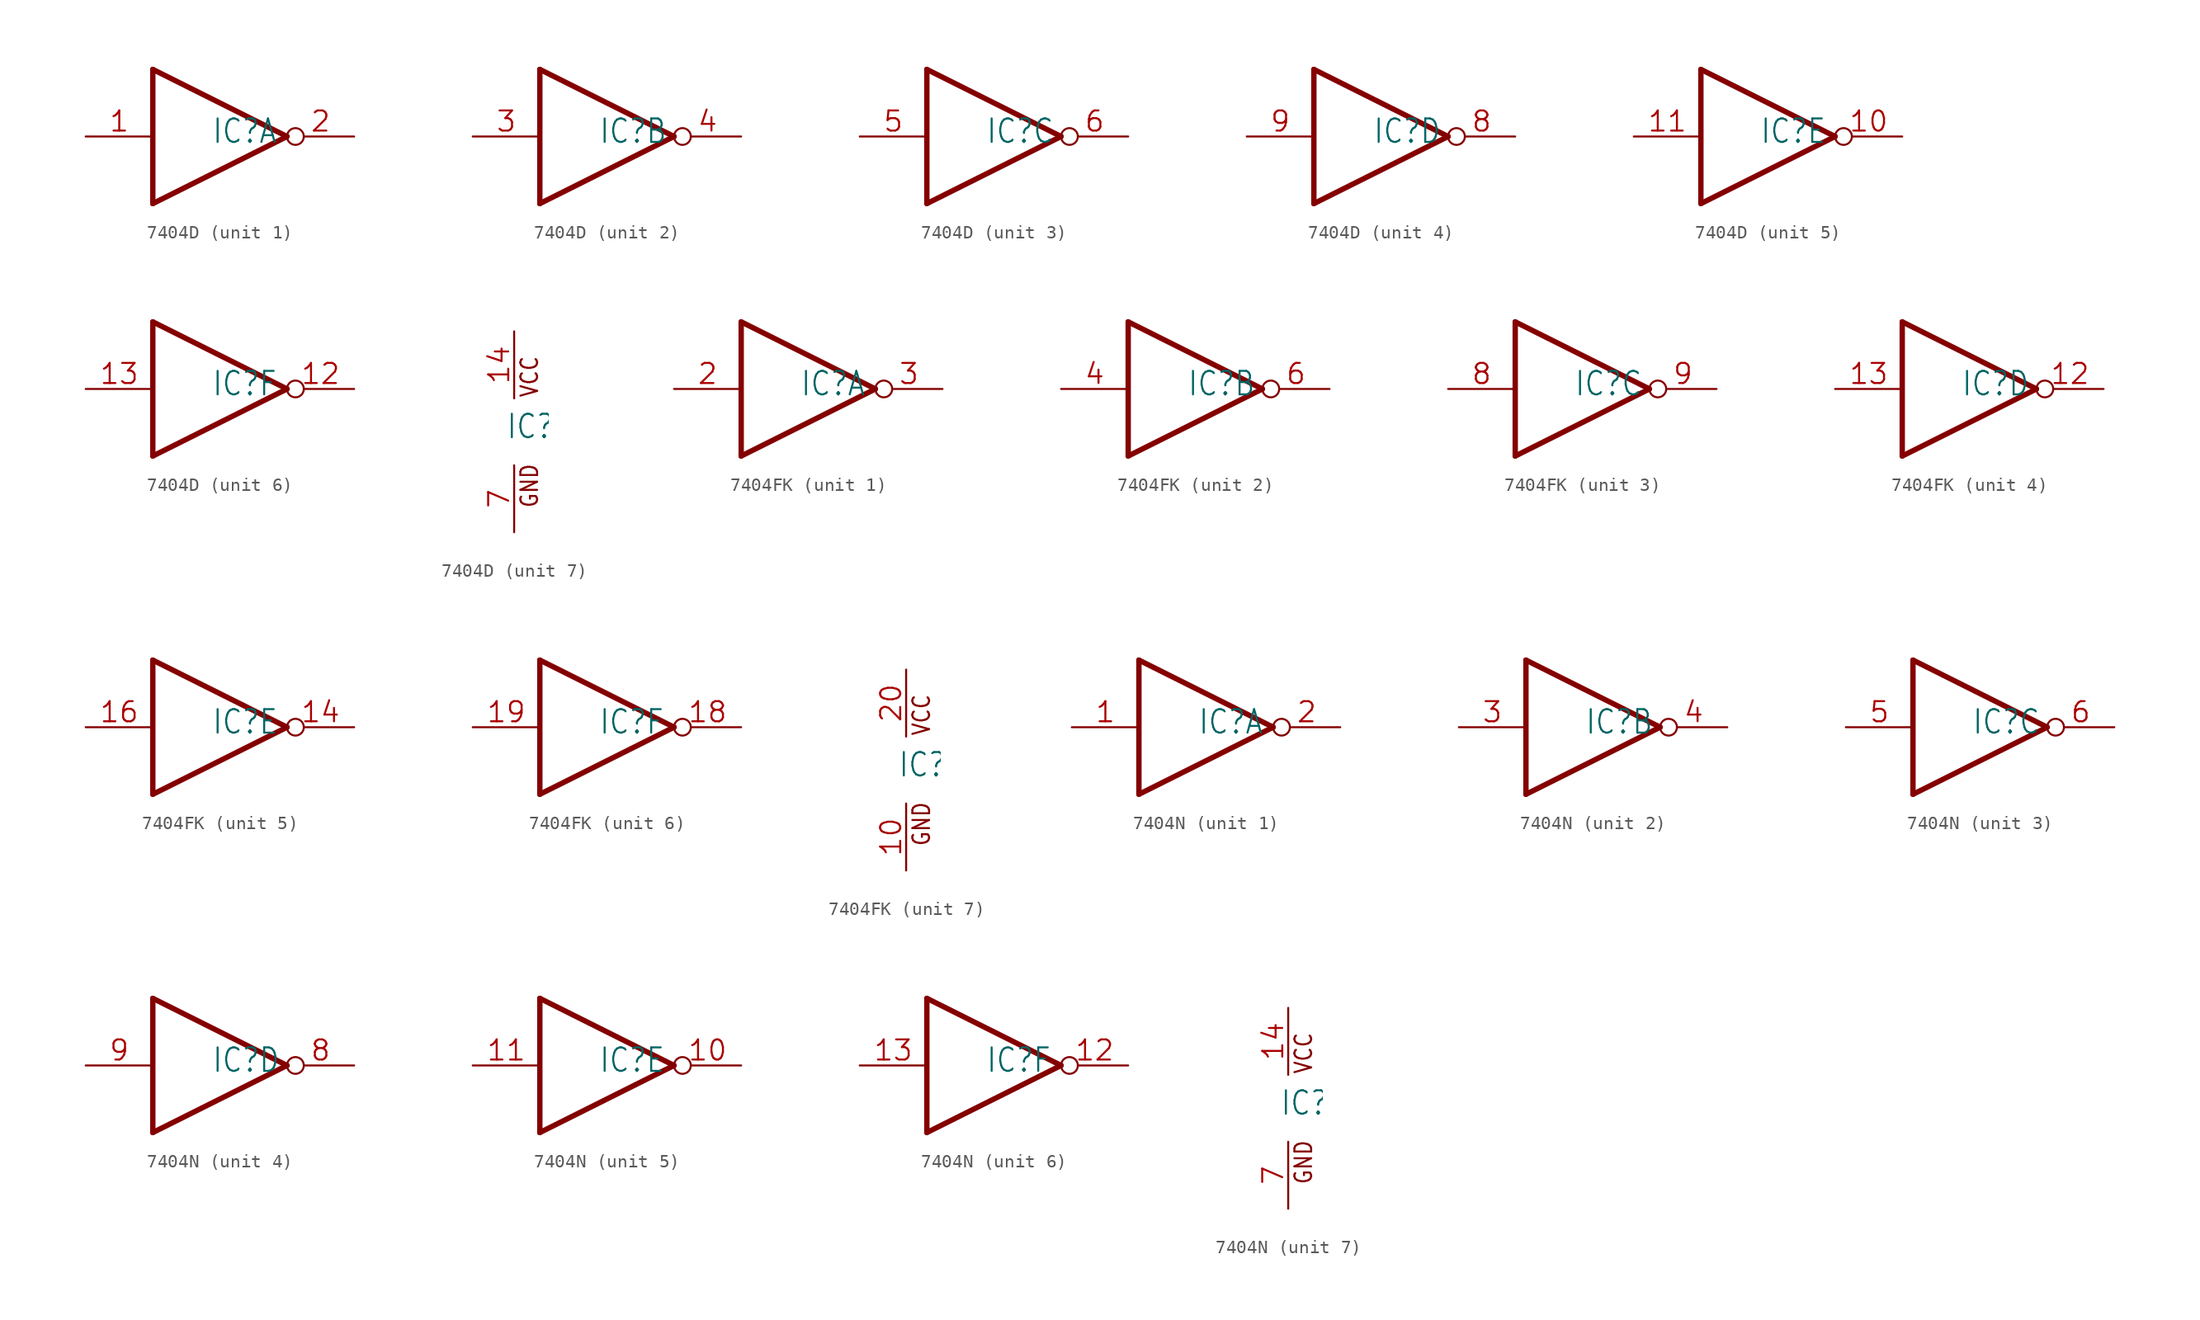
<source format=kicad_sym>
(kicad_symbol_lib
  (version 20241209)
  (generator "kicad_symbol_editor")
  (generator_version "9.0")
  (symbol "7404D"
    (property "Reference" "IC"
      (at -0.635 -0.635 0)
      (effects (font (size 1.778 1.511)) (justify left bottom)))
    (property "ki_locked" ""
      (at 0 0 0)
      (effects (font (size 1.27 1.27))))
    (symbol "7404D_1_0"
      (polyline (pts (xy -5.08 5.08) (xy 5.08 0)) (stroke (width 0.406) (type solid)) (fill (type none)))
      (polyline (pts (xy -5.08 -5.08) (xy -5.08 5.08)) (stroke (width 0.406) (type solid)) (fill (type none)))
      (polyline (pts (xy 5.08 0) (xy -5.08 -5.08)) (stroke (width 0.406) (type solid)) (fill (type none)))
      (pin input line (at -10.16 0 0) (length 5.08) (name "I" (effects (font (size 0 0)))) (number "1" (effects (font (size 1.524 1.524)))))
      (pin output inverted (at 10.16 0 180) (length 5.08) (name "O" (effects (font (size 0 0)))) (number "2" (effects (font (size 1.524 1.524))))))
    (symbol "7404D_2_0"
      (polyline (pts (xy -5.08 5.08) (xy 5.08 0)) (stroke (width 0.406) (type solid)) (fill (type none)))
      (polyline (pts (xy -5.08 -5.08) (xy -5.08 5.08)) (stroke (width 0.406) (type solid)) (fill (type none)))
      (polyline (pts (xy 5.08 0) (xy -5.08 -5.08)) (stroke (width 0.406) (type solid)) (fill (type none)))
      (pin input line (at -10.16 0 0) (length 5.08) (name "I" (effects (font (size 0 0)))) (number "3" (effects (font (size 1.524 1.524)))))
      (pin output inverted (at 10.16 0 180) (length 5.08) (name "O" (effects (font (size 0 0)))) (number "4" (effects (font (size 1.524 1.524))))))
    (symbol "7404D_3_0"
      (polyline (pts (xy -5.08 5.08) (xy 5.08 0)) (stroke (width 0.406) (type solid)) (fill (type none)))
      (polyline (pts (xy -5.08 -5.08) (xy -5.08 5.08)) (stroke (width 0.406) (type solid)) (fill (type none)))
      (polyline (pts (xy 5.08 0) (xy -5.08 -5.08)) (stroke (width 0.406) (type solid)) (fill (type none)))
      (pin input line (at -10.16 0 0) (length 5.08) (name "I" (effects (font (size 0 0)))) (number "5" (effects (font (size 1.524 1.524)))))
      (pin output inverted (at 10.16 0 180) (length 5.08) (name "O" (effects (font (size 0 0)))) (number "6" (effects (font (size 1.524 1.524))))))
    (symbol "7404D_4_0"
      (polyline (pts (xy -5.08 5.08) (xy 5.08 0)) (stroke (width 0.406) (type solid)) (fill (type none)))
      (polyline (pts (xy -5.08 -5.08) (xy -5.08 5.08)) (stroke (width 0.406) (type solid)) (fill (type none)))
      (polyline (pts (xy 5.08 0) (xy -5.08 -5.08)) (stroke (width 0.406) (type solid)) (fill (type none)))
      (pin input line (at -10.16 0 0) (length 5.08) (name "I" (effects (font (size 0 0)))) (number "9" (effects (font (size 1.524 1.524)))))
      (pin output inverted (at 10.16 0 180) (length 5.08) (name "O" (effects (font (size 0 0)))) (number "8" (effects (font (size 1.524 1.524))))))
    (symbol "7404D_5_0"
      (polyline (pts (xy -5.08 5.08) (xy 5.08 0)) (stroke (width 0.406) (type solid)) (fill (type none)))
      (polyline (pts (xy -5.08 -5.08) (xy -5.08 5.08)) (stroke (width 0.406) (type solid)) (fill (type none)))
      (polyline (pts (xy 5.08 0) (xy -5.08 -5.08)) (stroke (width 0.406) (type solid)) (fill (type none)))
      (pin input line (at -10.16 0 0) (length 5.08) (name "I" (effects (font (size 0 0)))) (number "11" (effects (font (size 1.524 1.524)))))
      (pin output inverted (at 10.16 0 180) (length 5.08) (name "O" (effects (font (size 0 0)))) (number "10" (effects (font (size 1.524 1.524))))))
    (symbol "7404D_6_0"
      (polyline (pts (xy -5.08 5.08) (xy 5.08 0)) (stroke (width 0.406) (type solid)) (fill (type none)))
      (polyline (pts (xy -5.08 -5.08) (xy -5.08 5.08)) (stroke (width 0.406) (type solid)) (fill (type none)))
      (polyline (pts (xy 5.08 0) (xy -5.08 -5.08)) (stroke (width 0.406) (type solid)) (fill (type none)))
      (pin input line (at -10.16 0 0) (length 5.08) (name "I" (effects (font (size 0 0)))) (number "13" (effects (font (size 1.524 1.524)))))
      (pin output inverted (at 10.16 0 180) (length 5.08) (name "O" (effects (font (size 0 0)))) (number "12" (effects (font (size 1.524 1.524))))))
    (symbol "7404D_7_0"
      (text "VCC" (at 1.905 2.54 900) (effects (font (size 1.27 1.079)) (justify left bottom)))
      (text "GND" (at 1.905 -5.842 900) (effects (font (size 1.27 1.079)) (justify left bottom)))
      (pin power_in line (at 0 7.62 270) (length 5.08) (name "VCC" (effects (font (size 0 0)))) (number "14" (effects (font (size 1.524 1.524)))))
      (pin power_in line (at 0 -7.62 90) (length 5.08) (name "GND" (effects (font (size 0 0)))) (number "7" (effects (font (size 1.524 1.524)))))))
  (symbol "7404FK"
    (property "Reference" "IC"
      (at -0.635 -0.635 0)
      (effects (font (size 1.778 1.511)) (justify left bottom)))
    (property "ki_locked" ""
      (at 0 0 0)
      (effects (font (size 1.27 1.27))))
    (symbol "7404FK_1_0"
      (polyline (pts (xy -5.08 5.08) (xy 5.08 0)) (stroke (width 0.406) (type solid)) (fill (type none)))
      (polyline (pts (xy -5.08 -5.08) (xy -5.08 5.08)) (stroke (width 0.406) (type solid)) (fill (type none)))
      (polyline (pts (xy 5.08 0) (xy -5.08 -5.08)) (stroke (width 0.406) (type solid)) (fill (type none)))
      (pin input line (at -10.16 0 0) (length 5.08) (name "I" (effects (font (size 0 0)))) (number "2" (effects (font (size 1.524 1.524)))))
      (pin output inverted (at 10.16 0 180) (length 5.08) (name "O" (effects (font (size 0 0)))) (number "3" (effects (font (size 1.524 1.524))))))
    (symbol "7404FK_2_0"
      (polyline (pts (xy -5.08 5.08) (xy 5.08 0)) (stroke (width 0.406) (type solid)) (fill (type none)))
      (polyline (pts (xy -5.08 -5.08) (xy -5.08 5.08)) (stroke (width 0.406) (type solid)) (fill (type none)))
      (polyline (pts (xy 5.08 0) (xy -5.08 -5.08)) (stroke (width 0.406) (type solid)) (fill (type none)))
      (pin input line (at -10.16 0 0) (length 5.08) (name "I" (effects (font (size 0 0)))) (number "4" (effects (font (size 1.524 1.524)))))
      (pin output inverted (at 10.16 0 180) (length 5.08) (name "O" (effects (font (size 0 0)))) (number "6" (effects (font (size 1.524 1.524))))))
    (symbol "7404FK_3_0"
      (polyline (pts (xy -5.08 5.08) (xy 5.08 0)) (stroke (width 0.406) (type solid)) (fill (type none)))
      (polyline (pts (xy -5.08 -5.08) (xy -5.08 5.08)) (stroke (width 0.406) (type solid)) (fill (type none)))
      (polyline (pts (xy 5.08 0) (xy -5.08 -5.08)) (stroke (width 0.406) (type solid)) (fill (type none)))
      (pin input line (at -10.16 0 0) (length 5.08) (name "I" (effects (font (size 0 0)))) (number "8" (effects (font (size 1.524 1.524)))))
      (pin output inverted (at 10.16 0 180) (length 5.08) (name "O" (effects (font (size 0 0)))) (number "9" (effects (font (size 1.524 1.524))))))
    (symbol "7404FK_4_0"
      (polyline (pts (xy -5.08 5.08) (xy 5.08 0)) (stroke (width 0.406) (type solid)) (fill (type none)))
      (polyline (pts (xy -5.08 -5.08) (xy -5.08 5.08)) (stroke (width 0.406) (type solid)) (fill (type none)))
      (polyline (pts (xy 5.08 0) (xy -5.08 -5.08)) (stroke (width 0.406) (type solid)) (fill (type none)))
      (pin input line (at -10.16 0 0) (length 5.08) (name "I" (effects (font (size 0 0)))) (number "13" (effects (font (size 1.524 1.524)))))
      (pin output inverted (at 10.16 0 180) (length 5.08) (name "O" (effects (font (size 0 0)))) (number "12" (effects (font (size 1.524 1.524))))))
    (symbol "7404FK_5_0"
      (polyline (pts (xy -5.08 5.08) (xy 5.08 0)) (stroke (width 0.406) (type solid)) (fill (type none)))
      (polyline (pts (xy -5.08 -5.08) (xy -5.08 5.08)) (stroke (width 0.406) (type solid)) (fill (type none)))
      (polyline (pts (xy 5.08 0) (xy -5.08 -5.08)) (stroke (width 0.406) (type solid)) (fill (type none)))
      (pin input line (at -10.16 0 0) (length 5.08) (name "I" (effects (font (size 0 0)))) (number "16" (effects (font (size 1.524 1.524)))))
      (pin output inverted (at 10.16 0 180) (length 5.08) (name "O" (effects (font (size 0 0)))) (number "14" (effects (font (size 1.524 1.524))))))
    (symbol "7404FK_6_0"
      (polyline (pts (xy -5.08 5.08) (xy 5.08 0)) (stroke (width 0.406) (type solid)) (fill (type none)))
      (polyline (pts (xy -5.08 -5.08) (xy -5.08 5.08)) (stroke (width 0.406) (type solid)) (fill (type none)))
      (polyline (pts (xy 5.08 0) (xy -5.08 -5.08)) (stroke (width 0.406) (type solid)) (fill (type none)))
      (pin input line (at -10.16 0 0) (length 5.08) (name "I" (effects (font (size 0 0)))) (number "19" (effects (font (size 1.524 1.524)))))
      (pin output inverted (at 10.16 0 180) (length 5.08) (name "O" (effects (font (size 0 0)))) (number "18" (effects (font (size 1.524 1.524))))))
    (symbol "7404FK_7_0"
      (text "VCC" (at 1.905 2.54 900) (effects (font (size 1.27 1.079)) (justify left bottom)))
      (text "GND" (at 1.905 -5.842 900) (effects (font (size 1.27 1.079)) (justify left bottom)))
      (pin power_in line (at 0 7.62 270) (length 5.08) (name "VCC" (effects (font (size 0 0)))) (number "20" (effects (font (size 1.524 1.524)))))
      (pin power_in line (at 0 -7.62 90) (length 5.08) (name "GND" (effects (font (size 0 0)))) (number "10" (effects (font (size 1.524 1.524)))))))
  (symbol "7404N"
    (property "Reference" "IC"
      (at -0.635 -0.635 0)
      (effects (font (size 1.778 1.511)) (justify left bottom)))
    (property "ki_locked" ""
      (at 0 0 0)
      (effects (font (size 1.27 1.27))))
    (symbol "7404N_1_0"
      (polyline (pts (xy -5.08 5.08) (xy 5.08 0)) (stroke (width 0.406) (type solid)) (fill (type none)))
      (polyline (pts (xy -5.08 -5.08) (xy -5.08 5.08)) (stroke (width 0.406) (type solid)) (fill (type none)))
      (polyline (pts (xy 5.08 0) (xy -5.08 -5.08)) (stroke (width 0.406) (type solid)) (fill (type none)))
      (pin input line (at -10.16 0 0) (length 5.08) (name "I" (effects (font (size 0 0)))) (number "1" (effects (font (size 1.524 1.524)))))
      (pin output inverted (at 10.16 0 180) (length 5.08) (name "O" (effects (font (size 0 0)))) (number "2" (effects (font (size 1.524 1.524))))))
    (symbol "7404N_2_0"
      (polyline (pts (xy -5.08 5.08) (xy 5.08 0)) (stroke (width 0.406) (type solid)) (fill (type none)))
      (polyline (pts (xy -5.08 -5.08) (xy -5.08 5.08)) (stroke (width 0.406) (type solid)) (fill (type none)))
      (polyline (pts (xy 5.08 0) (xy -5.08 -5.08)) (stroke (width 0.406) (type solid)) (fill (type none)))
      (pin input line (at -10.16 0 0) (length 5.08) (name "I" (effects (font (size 0 0)))) (number "3" (effects (font (size 1.524 1.524)))))
      (pin output inverted (at 10.16 0 180) (length 5.08) (name "O" (effects (font (size 0 0)))) (number "4" (effects (font (size 1.524 1.524))))))
    (symbol "7404N_3_0"
      (polyline (pts (xy -5.08 5.08) (xy 5.08 0)) (stroke (width 0.406) (type solid)) (fill (type none)))
      (polyline (pts (xy -5.08 -5.08) (xy -5.08 5.08)) (stroke (width 0.406) (type solid)) (fill (type none)))
      (polyline (pts (xy 5.08 0) (xy -5.08 -5.08)) (stroke (width 0.406) (type solid)) (fill (type none)))
      (pin input line (at -10.16 0 0) (length 5.08) (name "I" (effects (font (size 0 0)))) (number "5" (effects (font (size 1.524 1.524)))))
      (pin output inverted (at 10.16 0 180) (length 5.08) (name "O" (effects (font (size 0 0)))) (number "6" (effects (font (size 1.524 1.524))))))
    (symbol "7404N_4_0"
      (polyline (pts (xy -5.08 5.08) (xy 5.08 0)) (stroke (width 0.406) (type solid)) (fill (type none)))
      (polyline (pts (xy -5.08 -5.08) (xy -5.08 5.08)) (stroke (width 0.406) (type solid)) (fill (type none)))
      (polyline (pts (xy 5.08 0) (xy -5.08 -5.08)) (stroke (width 0.406) (type solid)) (fill (type none)))
      (pin input line (at -10.16 0 0) (length 5.08) (name "I" (effects (font (size 0 0)))) (number "9" (effects (font (size 1.524 1.524)))))
      (pin output inverted (at 10.16 0 180) (length 5.08) (name "O" (effects (font (size 0 0)))) (number "8" (effects (font (size 1.524 1.524))))))
    (symbol "7404N_5_0"
      (polyline (pts (xy -5.08 5.08) (xy 5.08 0)) (stroke (width 0.406) (type solid)) (fill (type none)))
      (polyline (pts (xy -5.08 -5.08) (xy -5.08 5.08)) (stroke (width 0.406) (type solid)) (fill (type none)))
      (polyline (pts (xy 5.08 0) (xy -5.08 -5.08)) (stroke (width 0.406) (type solid)) (fill (type none)))
      (pin input line (at -10.16 0 0) (length 5.08) (name "I" (effects (font (size 0 0)))) (number "11" (effects (font (size 1.524 1.524)))))
      (pin output inverted (at 10.16 0 180) (length 5.08) (name "O" (effects (font (size 0 0)))) (number "10" (effects (font (size 1.524 1.524))))))
    (symbol "7404N_6_0"
      (polyline (pts (xy -5.08 5.08) (xy 5.08 0)) (stroke (width 0.406) (type solid)) (fill (type none)))
      (polyline (pts (xy -5.08 -5.08) (xy -5.08 5.08)) (stroke (width 0.406) (type solid)) (fill (type none)))
      (polyline (pts (xy 5.08 0) (xy -5.08 -5.08)) (stroke (width 0.406) (type solid)) (fill (type none)))
      (pin input line (at -10.16 0 0) (length 5.08) (name "I" (effects (font (size 0 0)))) (number "13" (effects (font (size 1.524 1.524)))))
      (pin output inverted (at 10.16 0 180) (length 5.08) (name "O" (effects (font (size 0 0)))) (number "12" (effects (font (size 1.524 1.524))))))
    (symbol "7404N_7_0"
      (text "VCC" (at 1.905 2.54 900) (effects (font (size 1.27 1.079)) (justify left bottom)))
      (text "GND" (at 1.905 -5.842 900) (effects (font (size 1.27 1.079)) (justify left bottom)))
      (pin power_in line (at 0 7.62 270) (length 5.08) (name "VCC" (effects (font (size 0 0)))) (number "14" (effects (font (size 1.524 1.524)))))
      (pin power_in line (at 0 -7.62 90) (length 5.08) (name "GND" (effects (font (size 0 0)))) (number "7" (effects (font (size 1.524 1.524))))))))
</source>
